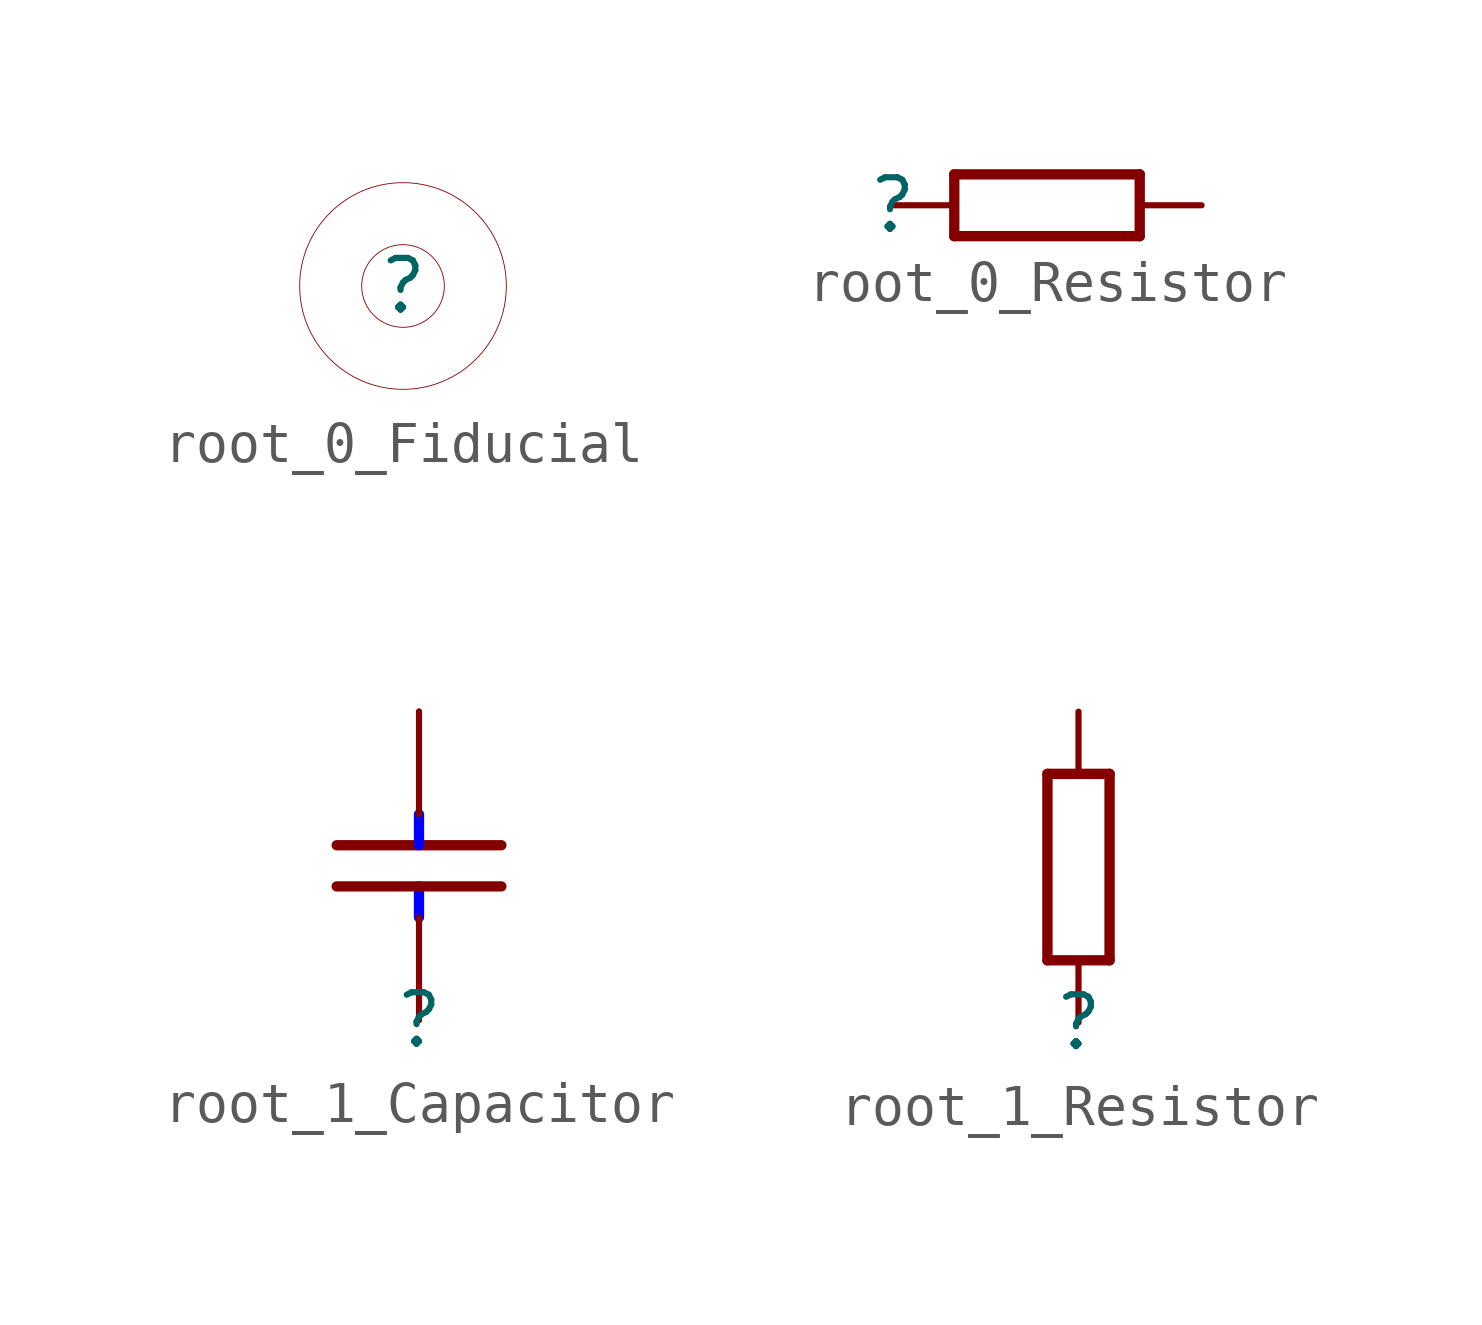
<source format=kicad_sym>
(kicad_symbol_lib
  (version 20220914)
  (generator kicad_symbol_editor)
  (symbol "root_0_Fiducial"
    (property "Reference" ""
      (at 0 0 0)
      (effects (font (size 1.27 1.27))))
    (property "Value" ""
      (at 0 0 0)
      (effects (font (size 1.27 1.27))))
    (symbol "root_0_Fiducial_1_0"
      (circle (center 0 0) (radius 1.016) (stroke (width 0.0001) (type solid)) (fill (type color) (color 195 152 0 1)))
      (circle (center 0 0) (radius 2.54) (stroke (width 0.0001) (type solid)) (fill (type color) (color 255 255 255 1)))))
  (symbol "root_0_Resistor"
    (property "Reference" ""
      (at 0 0 0)
      (effects (font (size 1.27 1.27))))
    (property "Value" ""
      (at 0 0 0)
      (effects (font (size 1.27 1.27))))
    (symbol "root_0_Resistor_1_0"
      (polyline (pts (xy 1.524 -0.762) (xy 6.096 -0.762)) (stroke (width 0.254) (type solid)) (fill (type none)))
      (polyline (pts (xy 1.524 0.762) (xy 1.524 -0.762)) (stroke (width 0.254) (type solid)) (fill (type none)))
      (polyline (pts (xy 6.096 -0.762) (xy 6.096 0.762)) (stroke (width 0.254) (type solid)) (fill (type none)))
      (polyline (pts (xy 6.096 0.762) (xy 1.524 0.762)) (stroke (width 0.254) (type solid)) (fill (type none)))
      (pin passive line (at 0 0 0) (length 1.524) (name "1" (effects (font (size 0 0)))) (number "1" (effects (font (size 0 0)))))
      (pin passive line (at 7.62 0 180) (length 1.524) (name "2" (effects (font (size 0 0)))) (number "2" (effects (font (size 0 0)))))))
  (symbol "root_1_Capacitor"
    (property "Reference" ""
      (at 0 0 0)
      (effects (font (size 1.27 1.27))))
    (property "Value" ""
      (at 0 0 0)
      (effects (font (size 1.27 1.27))))
    (symbol "root_1_Capacitor_1_0"
      (polyline (pts (xy -2.032 4.318) (xy 2.032 4.318)) (stroke (width 0.254) (type solid)) (fill (type none)))
      (polyline (pts (xy 0 2.54) (xy 0 3.302)) (stroke (width 0.254) (type solid) (color 0 0 255 1)) (fill (type none)))
      (polyline (pts (xy 0 5.08) (xy 0 4.318)) (stroke (width 0.254) (type solid) (color 0 0 255 1)) (fill (type none)))
      (polyline (pts (xy 2.032 3.302) (xy -2.032 3.302)) (stroke (width 0.254) (type solid)) (fill (type none)))
      (pin passive line (at 0 0 90) (length 2.54) (name "1" (effects (font (size 0 0)))) (number "1" (effects (font (size 0 0)))))
      (pin passive line (at 0 7.62 270) (length 2.54) (name "2" (effects (font (size 0 0)))) (number "2" (effects (font (size 0 0)))))))
  (symbol "root_1_Resistor"
    (property "Reference" ""
      (at 0 0 0)
      (effects (font (size 1.27 1.27))))
    (property "Value" ""
      (at 0 0 0)
      (effects (font (size 1.27 1.27))))
    (symbol "root_1_Resistor_1_0"
      (polyline (pts (xy -0.762 1.524) (xy 0.762 1.524)) (stroke (width 0.254) (type solid)) (fill (type none)))
      (polyline (pts (xy -0.762 6.096) (xy -0.762 1.524)) (stroke (width 0.254) (type solid)) (fill (type none)))
      (polyline (pts (xy 0.762 1.524) (xy 0.762 6.096)) (stroke (width 0.254) (type solid)) (fill (type none)))
      (polyline (pts (xy 0.762 6.096) (xy -0.762 6.096)) (stroke (width 0.254) (type solid)) (fill (type none)))
      (pin passive line (at 0 0 90) (length 1.524) (name "1" (effects (font (size 0 0)))) (number "1" (effects (font (size 0 0)))))
      (pin passive line (at 0 7.62 270) (length 1.524) (name "2" (effects (font (size 0 0)))) (number "2" (effects (font (size 0 0))))))))
</source>
